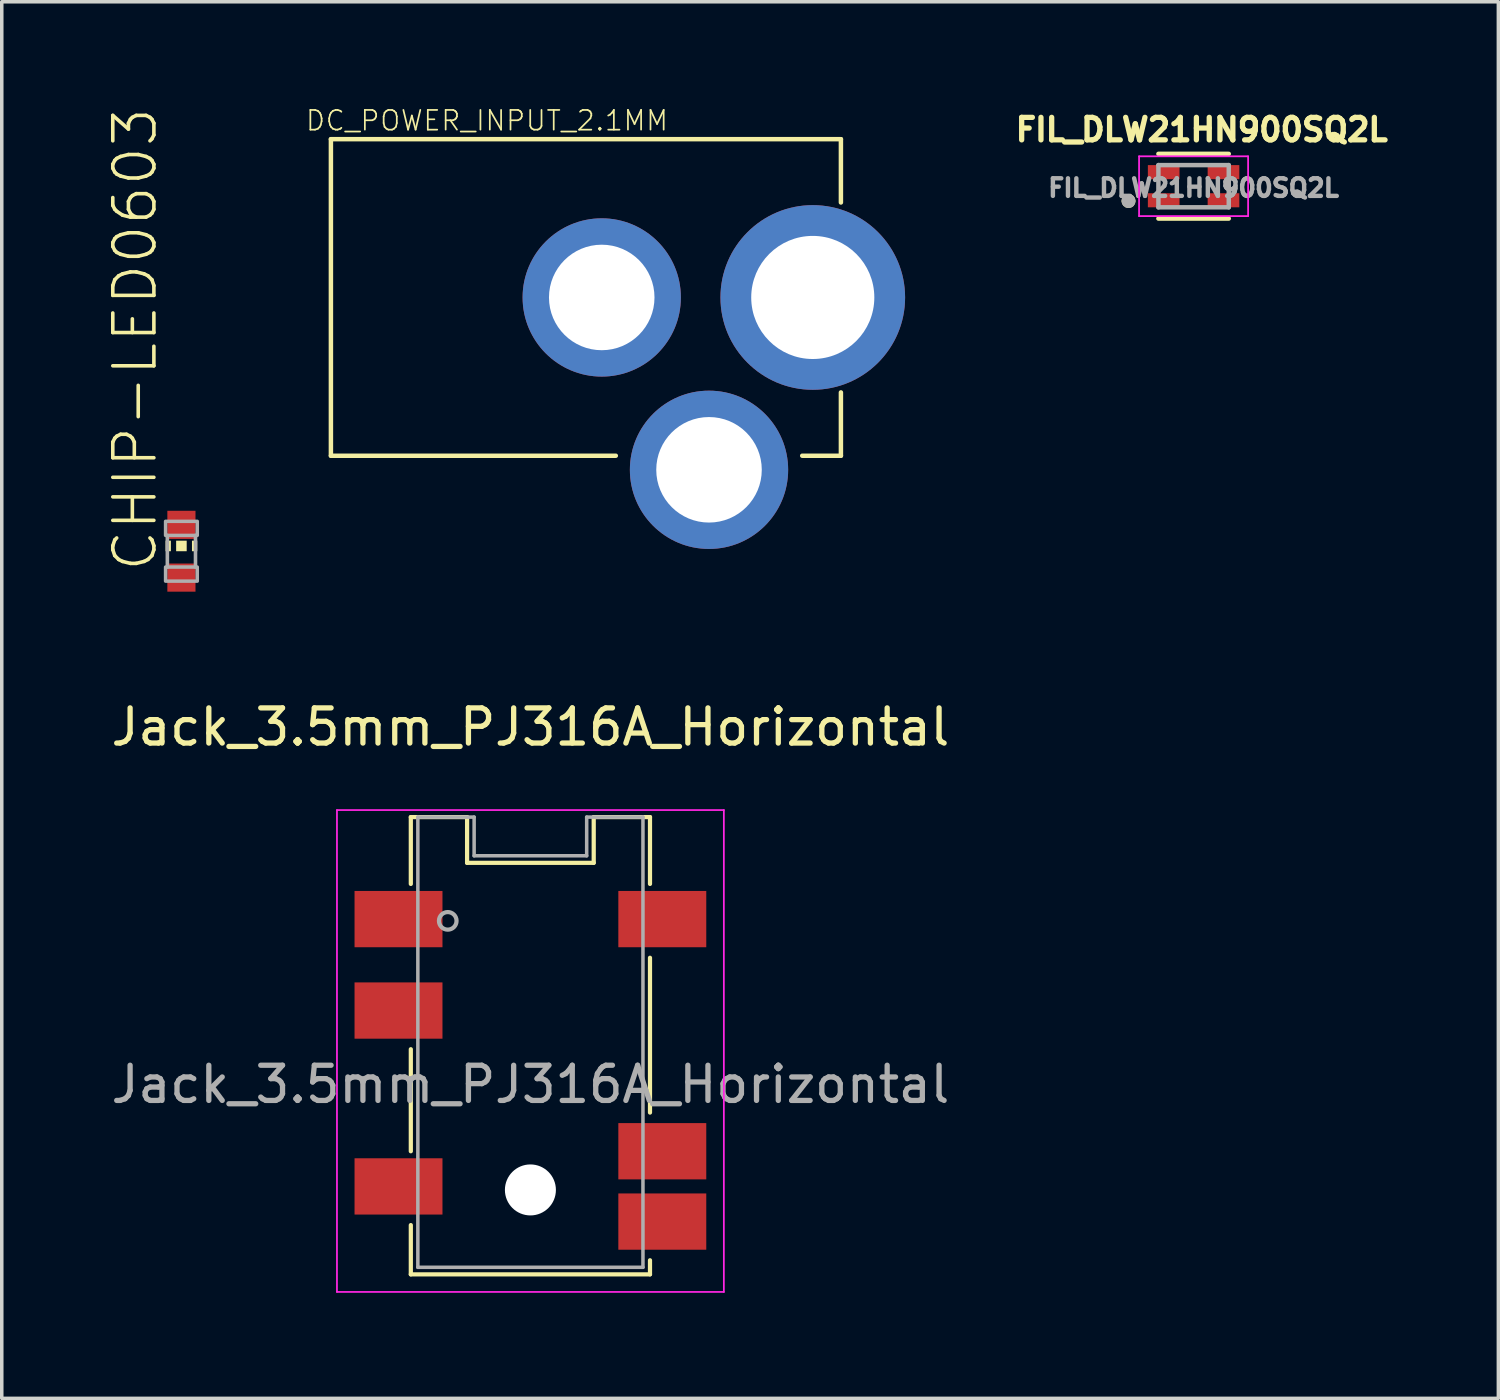
<source format=kicad_pcb>
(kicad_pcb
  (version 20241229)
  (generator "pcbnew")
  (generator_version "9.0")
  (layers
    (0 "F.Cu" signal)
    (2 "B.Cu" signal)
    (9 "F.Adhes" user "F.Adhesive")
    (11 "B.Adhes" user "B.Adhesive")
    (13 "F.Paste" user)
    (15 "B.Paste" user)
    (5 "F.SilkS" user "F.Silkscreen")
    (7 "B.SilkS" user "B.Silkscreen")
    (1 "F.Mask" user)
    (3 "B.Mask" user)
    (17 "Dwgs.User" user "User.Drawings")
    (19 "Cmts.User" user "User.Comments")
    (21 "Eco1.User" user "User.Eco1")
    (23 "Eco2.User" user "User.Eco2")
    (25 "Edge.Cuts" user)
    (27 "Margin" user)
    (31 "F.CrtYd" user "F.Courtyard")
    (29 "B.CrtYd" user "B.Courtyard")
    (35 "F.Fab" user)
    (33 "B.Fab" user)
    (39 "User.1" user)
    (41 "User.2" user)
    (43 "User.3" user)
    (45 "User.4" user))
  (footprint "Jack_3.5mm_PJ316A_Horizontal"
    (layer "F.Cu")
    (at 12.03 27.781)
    (property "Reference" "Jack_3.5mm_PJ316A_Horizontal" (at 0 -10.16 0) (layer "F.SilkS") (effects (font (size 1 1) (thickness 0.15))))
    (attr smd)
    (fp_line (start -3.4 -5.7) (end -3.4 -7.6) (stroke (width 0.12) (type solid)) (layer "F.SilkS"))
    (fp_line (start -3.4 1.9) (end -3.4 -1) (stroke (width 0.12) (type solid)) (layer "F.SilkS"))
    (fp_line (start -3.4 4) (end -3.4 5.4) (stroke (width 0.12) (type solid)) (layer "F.SilkS"))
    (fp_line (start -1.8 -7.6) (end -3.4 -7.6) (stroke (width 0.12) (type solid)) (layer "F.SilkS"))
    (fp_line (start -1.8 -6.3) (end -1.8 -7.6) (stroke (width 0.12) (type solid)) (layer "F.SilkS"))
    (fp_line (start 1.8 -6.3) (end -1.8 -6.3) (stroke (width 0.12) (type solid)) (layer "F.SilkS"))
    (fp_line (start 1.8 -6.3) (end 1.8 -7.6) (stroke (width 0.12) (type solid)) (layer "F.SilkS"))
    (fp_line (start 3.4 -7.6) (end 1.8 -7.6) (stroke (width 0.12) (type solid)) (layer "F.SilkS"))
    (fp_line (start 3.4 -5.7) (end 3.4 -7.6) (stroke (width 0.12) (type solid)) (layer "F.SilkS"))
    (fp_line (start 3.4 -3.6) (end 3.4 0.8) (stroke (width 0.12) (type solid)) (layer "F.SilkS"))
    (fp_line (start 3.4 5) (end 3.4 5.4) (stroke (width 0.12) (type solid)) (layer "F.SilkS"))
    (fp_line (start 3.4 5.4) (end -3.4 5.4) (stroke (width 0.12) (type solid)) (layer "F.SilkS"))
    (fp_line (start -5.5 -7.8) (end -5.5 5.9) (stroke (width 0.05) (type solid)) (layer "F.CrtYd"))
    (fp_line (start -5.5 -7.8) (end 5.5 -7.8) (stroke (width 0.05) (type solid)) (layer "F.CrtYd"))
    (fp_line (start -5.5 5.9) (end 5.5 5.9) (stroke (width 0.05) (type solid)) (layer "F.CrtYd"))
    (fp_line (start 5.5 5.9) (end 5.5 -7.8) (stroke (width 0.05) (type solid)) (layer "F.CrtYd"))
    (fp_line (start -3.2 -7.6) (end -3.2 5.2) (stroke (width 0.1) (type solid)) (layer "F.Fab"))
    (fp_line (start -3.2 5.2) (end 3.2 5.2) (stroke (width 0.1) (type solid)) (layer "F.Fab"))
    (fp_line (start -1.6 -7.6) (end -3.2 -7.6) (stroke (width 0.1) (type solid)) (layer "F.Fab"))
    (fp_line (start -1.6 -6.5) (end -1.6 -7.6) (stroke (width 0.1) (type solid)) (layer "F.Fab"))
    (fp_line (start 1.6 -6.5) (end -1.6 -6.5) (stroke (width 0.1) (type solid)) (layer "F.Fab"))
    (fp_line (start 1.6 -6.5) (end 1.6 -7.6) (stroke (width 0.1) (type solid)) (layer "F.Fab"))
    (fp_line (start 3.2 -7.6) (end 1.6 -7.6) (stroke (width 0.1) (type solid)) (layer "F.Fab"))
    (fp_line (start 3.2 5.2) (end 3.2 -7.6) (stroke (width 0.1) (type solid)) (layer "F.Fab"))
    (fp_circle (center -2.35 -4.65) (end -2.1 -4.65) (stroke (width 0.12) (type solid)) (fill no) (layer "F.Fab"))
    (fp_text user "${REFERENCE}" (at 0 0 0) (layer "F.Fab") (effects (font (size 1 1) (thickness 0.15))))
    (pad "" np_thru_hole circle (at 0 3) (size 1.45 1.45) (drill 1.5) (layers "*.Cu" "*.Mask"))
    (pad "1" smd rect (at -3.75 -4.7) (size 2.5 1.6) (layers "F.Cu" "F.Mask" "F.Paste"))
    (pad "2" smd rect (at 3.75 1.9) (size 2.5 1.6) (layers "F.Cu" "F.Mask" "F.Paste"))
    (pad "3" smd rect (at -3.75 -2.1) (size 2.5 1.6) (layers "F.Cu" "F.Mask" "F.Paste"))
    (pad "4" smd rect (at 3.75 -4.7) (size 2.5 1.6) (layers "F.Cu" "F.Mask" "F.Paste"))
    (pad "5" smd rect (at 3.75 3.9) (size 2.5 1.6) (layers "F.Cu" "F.Mask" "F.Paste"))
    (pad "6" smd rect (at -3.75 2.9) (size 2.5 1.6) (layers "F.Cu" "F.Mask" "F.Paste")))
  (footprint "CHIP-LED0603"
    (layer "F.Cu")
    (at 2.108 12.622)
    (property "Reference" "CHIP-LED0603" (at -0.635 0.635 90) (unlocked yes) (layer "F.SilkS") (effects (font (size 1.168 1.168) (thickness 0.102)) (justify left bottom)))
    (fp_poly (pts (xy -0.45 0) (xy -0.3 0) (xy -0.3 -0.3) (xy -0.45 -0.3)) (stroke (width 0) (type default)) (fill yes) (layer "F.SilkS"))
    (fp_poly (pts (xy -0.15 0) (xy 0.15 0) (xy 0.15 -0.3) (xy -0.15 -0.3)) (stroke (width 0) (type default)) (fill yes) (layer "F.SilkS"))
    (fp_poly (pts (xy 0.3 0) (xy 0.45 0) (xy 0.45 -0.3) (xy 0.3 -0.3)) (stroke (width 0) (type default)) (fill yes) (layer "F.SilkS"))
    (fp_line (start -0.4 -0.45) (end -0.4 0.45) (stroke (width 0.102) (type solid)) (layer "F.Fab"))
    (fp_line (start 0.4 -0.45) (end 0.4 0.45) (stroke (width 0.102) (type solid)) (layer "F.Fab"))
    (fp_poly (pts (xy -0.45 -0.45) (xy 0.45 -0.45) (xy 0.45 -0.85) (xy -0.45 -0.85)) (stroke (width 0.1) (type default)) (fill no) (layer "F.Fab"))
    (fp_poly (pts (xy -0.45 0.85) (xy 0.45 0.85) (xy 0.45 0.45) (xy -0.45 0.45)) (stroke (width 0.1) (type default)) (fill no) (layer "F.Fab"))
    (pad "1" smd rect (at 0 -0.75) (size 0.8 0.8) (layers "F.Cu" "F.Mask" "F.Paste"))
    (pad "2" smd rect (at 0 0.75) (size 0.8 0.8) (layers "F.Cu" "F.Mask" "F.Paste")))
  (footprint "FIL_DLW21HN900SQ2L"
    (layer "F.Cu")
    (at 30.885 2.244)
    (property "Reference" "FIL_DLW21HN900SQ2L" (at 0.232 -1.606 0) (layer "F.SilkS") (effects (font (size 0.64 0.64) (thickness 0.15))))
    (attr smd)
    (fp_line (start -1 -0.92) (end 1 -0.92) (stroke (width 0.127) (type solid)) (layer "F.SilkS"))
    (fp_line (start 1 0.92) (end -1 0.92) (stroke (width 0.127) (type solid)) (layer "F.SilkS"))
    (fp_circle (center -1.85 0.42) (end -1.75 0.42) (stroke (width 0.2) (type solid)) (fill no) (layer "F.SilkS"))
    (fp_poly (pts (xy -1.3 -0.6) (xy -0.4 -0.6) (xy -0.4 -0.25) (xy -1.3 -0.25)) (stroke (width 0.01) (type solid)) (fill yes) (layer "F.Paste"))
    (fp_poly (pts (xy -1.3 0.25) (xy -0.4 0.25) (xy -0.4 0.6) (xy -1.3 0.6)) (stroke (width 0.01) (type solid)) (fill yes) (layer "F.Paste"))
    (fp_poly (pts (xy 0.4 -0.6) (xy 1.3 -0.6) (xy 1.3 -0.25) (xy 0.4 -0.25)) (stroke (width 0.01) (type solid)) (fill yes) (layer "F.Paste"))
    (fp_poly (pts (xy 0.4 0.25) (xy 1.3 0.25) (xy 1.3 0.6) (xy 0.4 0.6)) (stroke (width 0.01) (type solid)) (fill yes) (layer "F.Paste"))
    (fp_line (start -1.55 -0.85) (end 1.55 -0.85) (stroke (width 0.05) (type solid)) (layer "F.CrtYd"))
    (fp_line (start -1.55 0.85) (end -1.55 -0.85) (stroke (width 0.05) (type solid)) (layer "F.CrtYd"))
    (fp_line (start 1.55 -0.85) (end 1.55 0.85) (stroke (width 0.05) (type solid)) (layer "F.CrtYd"))
    (fp_line (start 1.55 0.85) (end -1.55 0.85) (stroke (width 0.05) (type solid)) (layer "F.CrtYd"))
    (fp_line (start -1 -0.6) (end 1 -0.6) (stroke (width 0.127) (type solid)) (layer "F.Fab"))
    (fp_line (start -1 0.6) (end -1 -0.6) (stroke (width 0.127) (type solid)) (layer "F.Fab"))
    (fp_line (start 1 -0.6) (end 1 0.6) (stroke (width 0.127) (type solid)) (layer "F.Fab"))
    (fp_line (start 1 0.6) (end -1 0.6) (stroke (width 0.127) (type solid)) (layer "F.Fab"))
    (fp_circle (center -1.85 0.42) (end -1.75 0.42) (stroke (width 0.2) (type solid)) (fill no) (layer "F.Fab"))
    (fp_text user "${REFERENCE}" (at 0 0.05 0) (layer "F.Fab") (effects (font (size 0.5 0.5) (thickness 0.125) (bold yes))))
    (pad "1" smd rect (at -0.85 0.4) (size 0.9 0.4) (layers "F.Cu" "F.Mask"))
    (pad "2" smd rect (at 0.85 0.4) (size 0.9 0.4) (layers "F.Cu" "F.Mask"))
    (pad "3" smd rect (at 0.85 -0.4) (size 0.9 0.4) (layers "F.Cu" "F.Mask"))
    (pad "4" smd rect (at -0.85 -0.4) (size 0.9 0.4) (layers "F.Cu" "F.Mask")))
  (footprint "DC_POWER_INPUT_2.1MM"
    (layer "F.Cu")
    (at 11.558 5.407)
    (property "Reference" "DC_POWER_INPUT_2.1MM" (at -5.95 -4.7 0) (unlocked yes) (layer "F.SilkS") (effects (font (size 0.561 0.561) (thickness 0.049)) (justify left bottom)))
    (fp_line (start -5.2 -4.5) (end 9.3 -4.5) (stroke (width 0.127) (type solid)) (layer "F.SilkS"))
    (fp_line (start -5.2 4.5) (end -5.2 -4.5) (stroke (width 0.127) (type solid)) (layer "F.SilkS"))
    (fp_line (start -5.2 4.5) (end 2.9 4.5) (stroke (width 0.127) (type solid)) (layer "F.SilkS"))
    (fp_line (start 9.3 -4.5) (end 9.3 -2.7) (stroke (width 0.127) (type solid)) (layer "F.SilkS"))
    (fp_line (start 9.3 4.5) (end 8.2 4.5) (stroke (width 0.127) (type solid)) (layer "F.SilkS"))
    (fp_line (start 9.3 4.5) (end 9.3 2.7) (stroke (width 0.127) (type solid)) (layer "F.SilkS"))
    (pad "P1" thru_hole circle (at 8.5 0 90) (size 5.25 5.25) (drill 3.5) (layers "*.Cu" "*.Mask"))
    (pad "P2" thru_hole circle (at 2.5 0 90) (size 4.5 4.5) (drill 3) (layers "*.Cu" "*.Mask"))
    (pad "P3" thru_hole circle (at 5.55 4.9 90) (size 4.5 4.5) (drill 3) (layers "*.Cu" "*.Mask")))
  (gr_rect
    (start -3 -3)
    (end 39.55 36.706)
    (stroke (width 0.1) (type default))
    (fill no)
    (layer "Edge.Cuts")))
</source>
